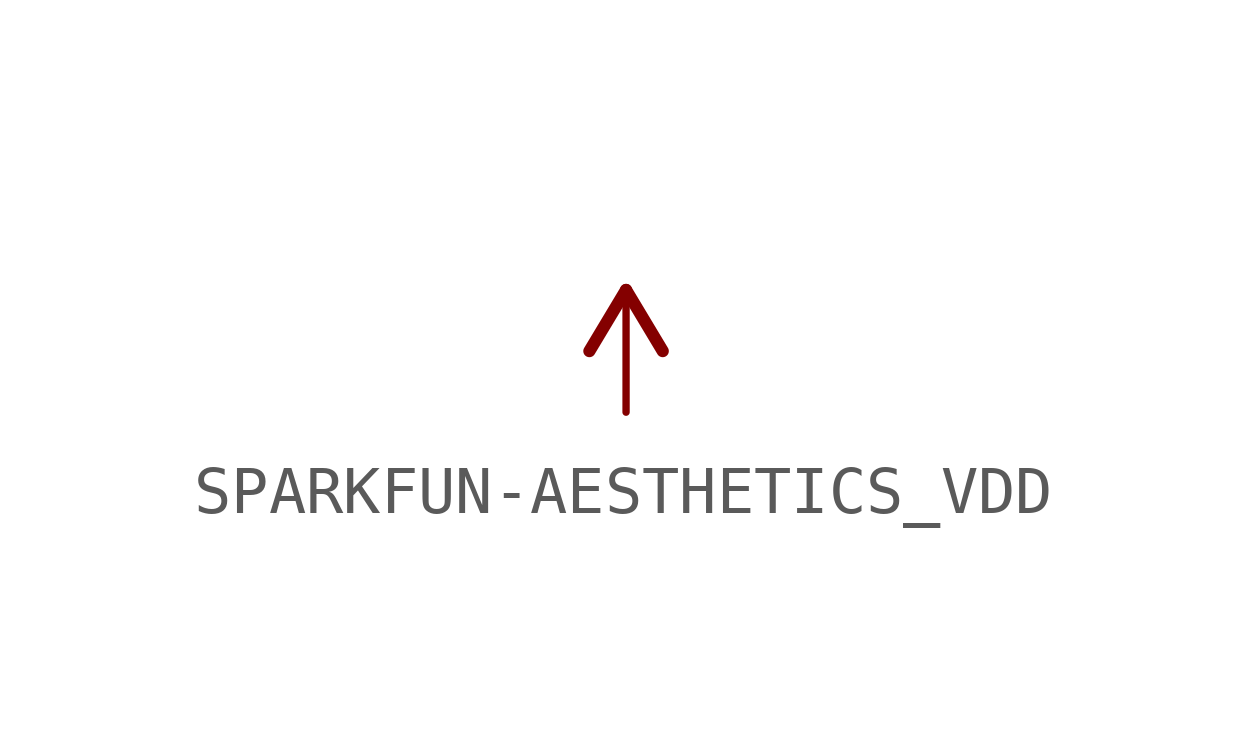
<source format=kicad_sym>
(kicad_symbol_lib
  (version 20241209)
  (generator "kicad_symbol_editor")
  (generator_version "9.0")
  (symbol "SPARKFUN-AESTHETICS_VDD"
    (power)
    (property "Reference" "#SUPPLY"
      (at 0 0 0)
      (effects (font (size 1.27 1.27)) (hide yes)))
    (property "Value" ""
      (at -1.016 3.556 0)
      (effects (font (size 1.778 1.511)) (justify left bottom)))
    (property "ki_locked" ""
      (at 0 0 0)
      (effects (font (size 1.27 1.27))))
    (symbol "SPARKFUN-AESTHETICS_VDD_1_0"
      (polyline (pts (xy 0 2.54) (xy -0.762 1.27)) (stroke (width 0.254) (type solid)) (fill (type none)))
      (polyline (pts (xy 0.762 1.27) (xy 0 2.54)) (stroke (width 0.254) (type solid)) (fill (type none)))
      (pin power_in line (at 0 0 90) (length 2.54) (name "VDD" (effects (font (size 0 0)))) (number "1" (effects (font (size 0 0))))))))
</source>
